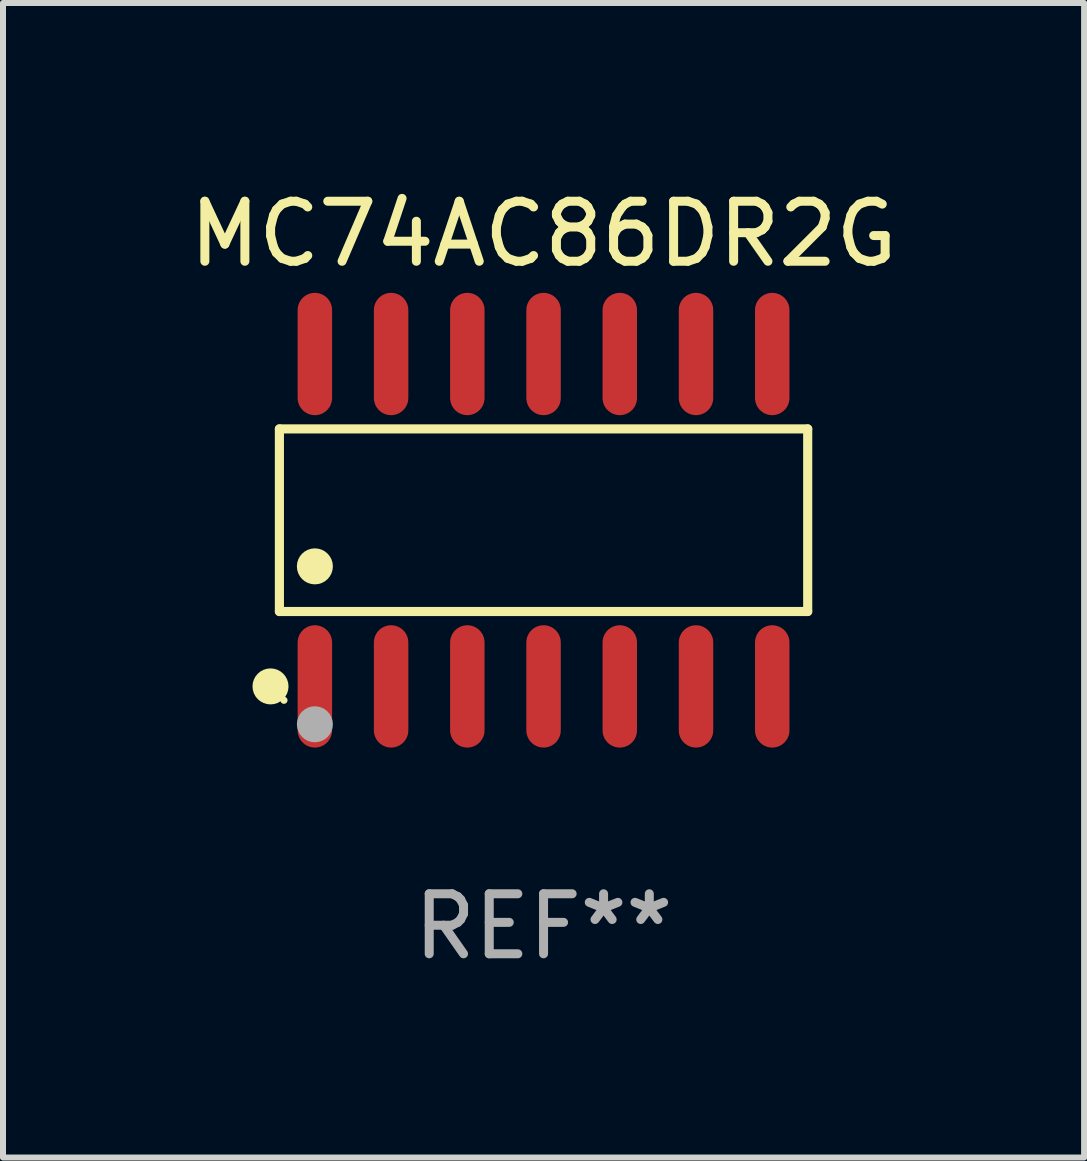
<source format=kicad_pcb>
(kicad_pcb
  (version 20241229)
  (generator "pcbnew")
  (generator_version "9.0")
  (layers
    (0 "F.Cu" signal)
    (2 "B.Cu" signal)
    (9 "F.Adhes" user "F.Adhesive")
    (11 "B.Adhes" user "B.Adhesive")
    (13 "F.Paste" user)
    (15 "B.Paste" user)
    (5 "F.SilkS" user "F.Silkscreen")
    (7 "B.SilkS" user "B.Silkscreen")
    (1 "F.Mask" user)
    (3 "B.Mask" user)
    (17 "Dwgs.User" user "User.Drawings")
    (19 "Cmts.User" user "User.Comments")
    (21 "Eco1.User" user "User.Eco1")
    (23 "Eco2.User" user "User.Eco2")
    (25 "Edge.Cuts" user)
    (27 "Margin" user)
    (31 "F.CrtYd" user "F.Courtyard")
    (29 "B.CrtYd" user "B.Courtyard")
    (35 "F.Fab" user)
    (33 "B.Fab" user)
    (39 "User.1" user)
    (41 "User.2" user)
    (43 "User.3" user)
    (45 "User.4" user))
  (footprint "MC74AC86DR2G"
    (layer "F.Cu")
    (at 6.006 5.617)
    (property "Reference" "MC74AC86DR2G" (at 0 -4.769 0) (layer "F.SilkS") (effects (font (size 1 1) (thickness 0.15))))
    (attr through_hole)
    (fp_line (start -4.401 -1.521) (end 4.401 -1.521) (stroke (width 0.152) (type solid)) (layer "F.SilkS"))
    (fp_line (start -4.401 1.521) (end -4.401 -1.521) (stroke (width 0.152) (type solid)) (layer "F.SilkS"))
    (fp_line (start 4.401 -1.521) (end 4.401 1.521) (stroke (width 0.152) (type solid)) (layer "F.SilkS"))
    (fp_line (start 4.401 1.521) (end -4.401 1.521) (stroke (width 0.152) (type solid)) (layer "F.SilkS"))
    (fp_circle (center -4.549 2.769) (end -4.399 2.769) (stroke (width 0.3) (type solid)) (fill no) (layer "F.SilkS"))
    (fp_circle (center -4.325 3) (end -4.295 3) (stroke (width 0.06) (type solid)) (fill no) (layer "F.SilkS"))
    (fp_circle (center -3.81 0.769) (end -3.66 0.769) (stroke (width 0.3) (type solid)) (fill no) (layer "F.SilkS"))
    (fp_circle (center -3.81 3.4) (end -3.66 3.4) (stroke (width 0.3) (type solid)) (fill no) (layer "F.Fab"))
    (fp_text user "REF**" (at 0 6.769 0) (layer "F.Fab") (effects (font (size 1 1) (thickness 0.15))))
    (pad "1" smd oval (at -3.81 2.769) (size 0.574 2.038) (layers "F.Cu" "F.Mask" "F.Paste"))
    (pad "2" smd oval (at -2.54 2.769) (size 0.574 2.038) (layers "F.Cu" "F.Mask" "F.Paste"))
    (pad "3" smd oval (at -1.27 2.769) (size 0.574 2.038) (layers "F.Cu" "F.Mask" "F.Paste"))
    (pad "4" smd oval (at 0 2.769) (size 0.574 2.038) (layers "F.Cu" "F.Mask" "F.Paste"))
    (pad "5" smd oval (at 1.27 2.769) (size 0.574 2.038) (layers "F.Cu" "F.Mask" "F.Paste"))
    (pad "6" smd oval (at 2.54 2.769) (size 0.574 2.038) (layers "F.Cu" "F.Mask" "F.Paste"))
    (pad "7" smd oval (at 3.81 2.769) (size 0.574 2.038) (layers "F.Cu" "F.Mask" "F.Paste"))
    (pad "8" smd oval (at 3.81 -2.769) (size 0.574 2.038) (layers "F.Cu" "F.Mask" "F.Paste"))
    (pad "9" smd oval (at 2.54 -2.769) (size 0.574 2.038) (layers "F.Cu" "F.Mask" "F.Paste"))
    (pad "10" smd oval (at 1.27 -2.769) (size 0.574 2.038) (layers "F.Cu" "F.Mask" "F.Paste"))
    (pad "11" smd oval (at 0 -2.769) (size 0.574 2.038) (layers "F.Cu" "F.Mask" "F.Paste"))
    (pad "12" smd oval (at -1.27 -2.769) (size 0.574 2.038) (layers "F.Cu" "F.Mask" "F.Paste"))
    (pad "13" smd oval (at -2.54 -2.769) (size 0.574 2.038) (layers "F.Cu" "F.Mask" "F.Paste"))
    (pad "14" smd oval (at -3.81 -2.769) (size 0.574 2.038) (layers "F.Cu" "F.Mask" "F.Paste")))
  (gr_rect
    (start -3 -3)
    (end 15.012 16.235)
    (stroke (width 0.1) (type default))
    (fill no)
    (layer "Edge.Cuts")))
</source>
